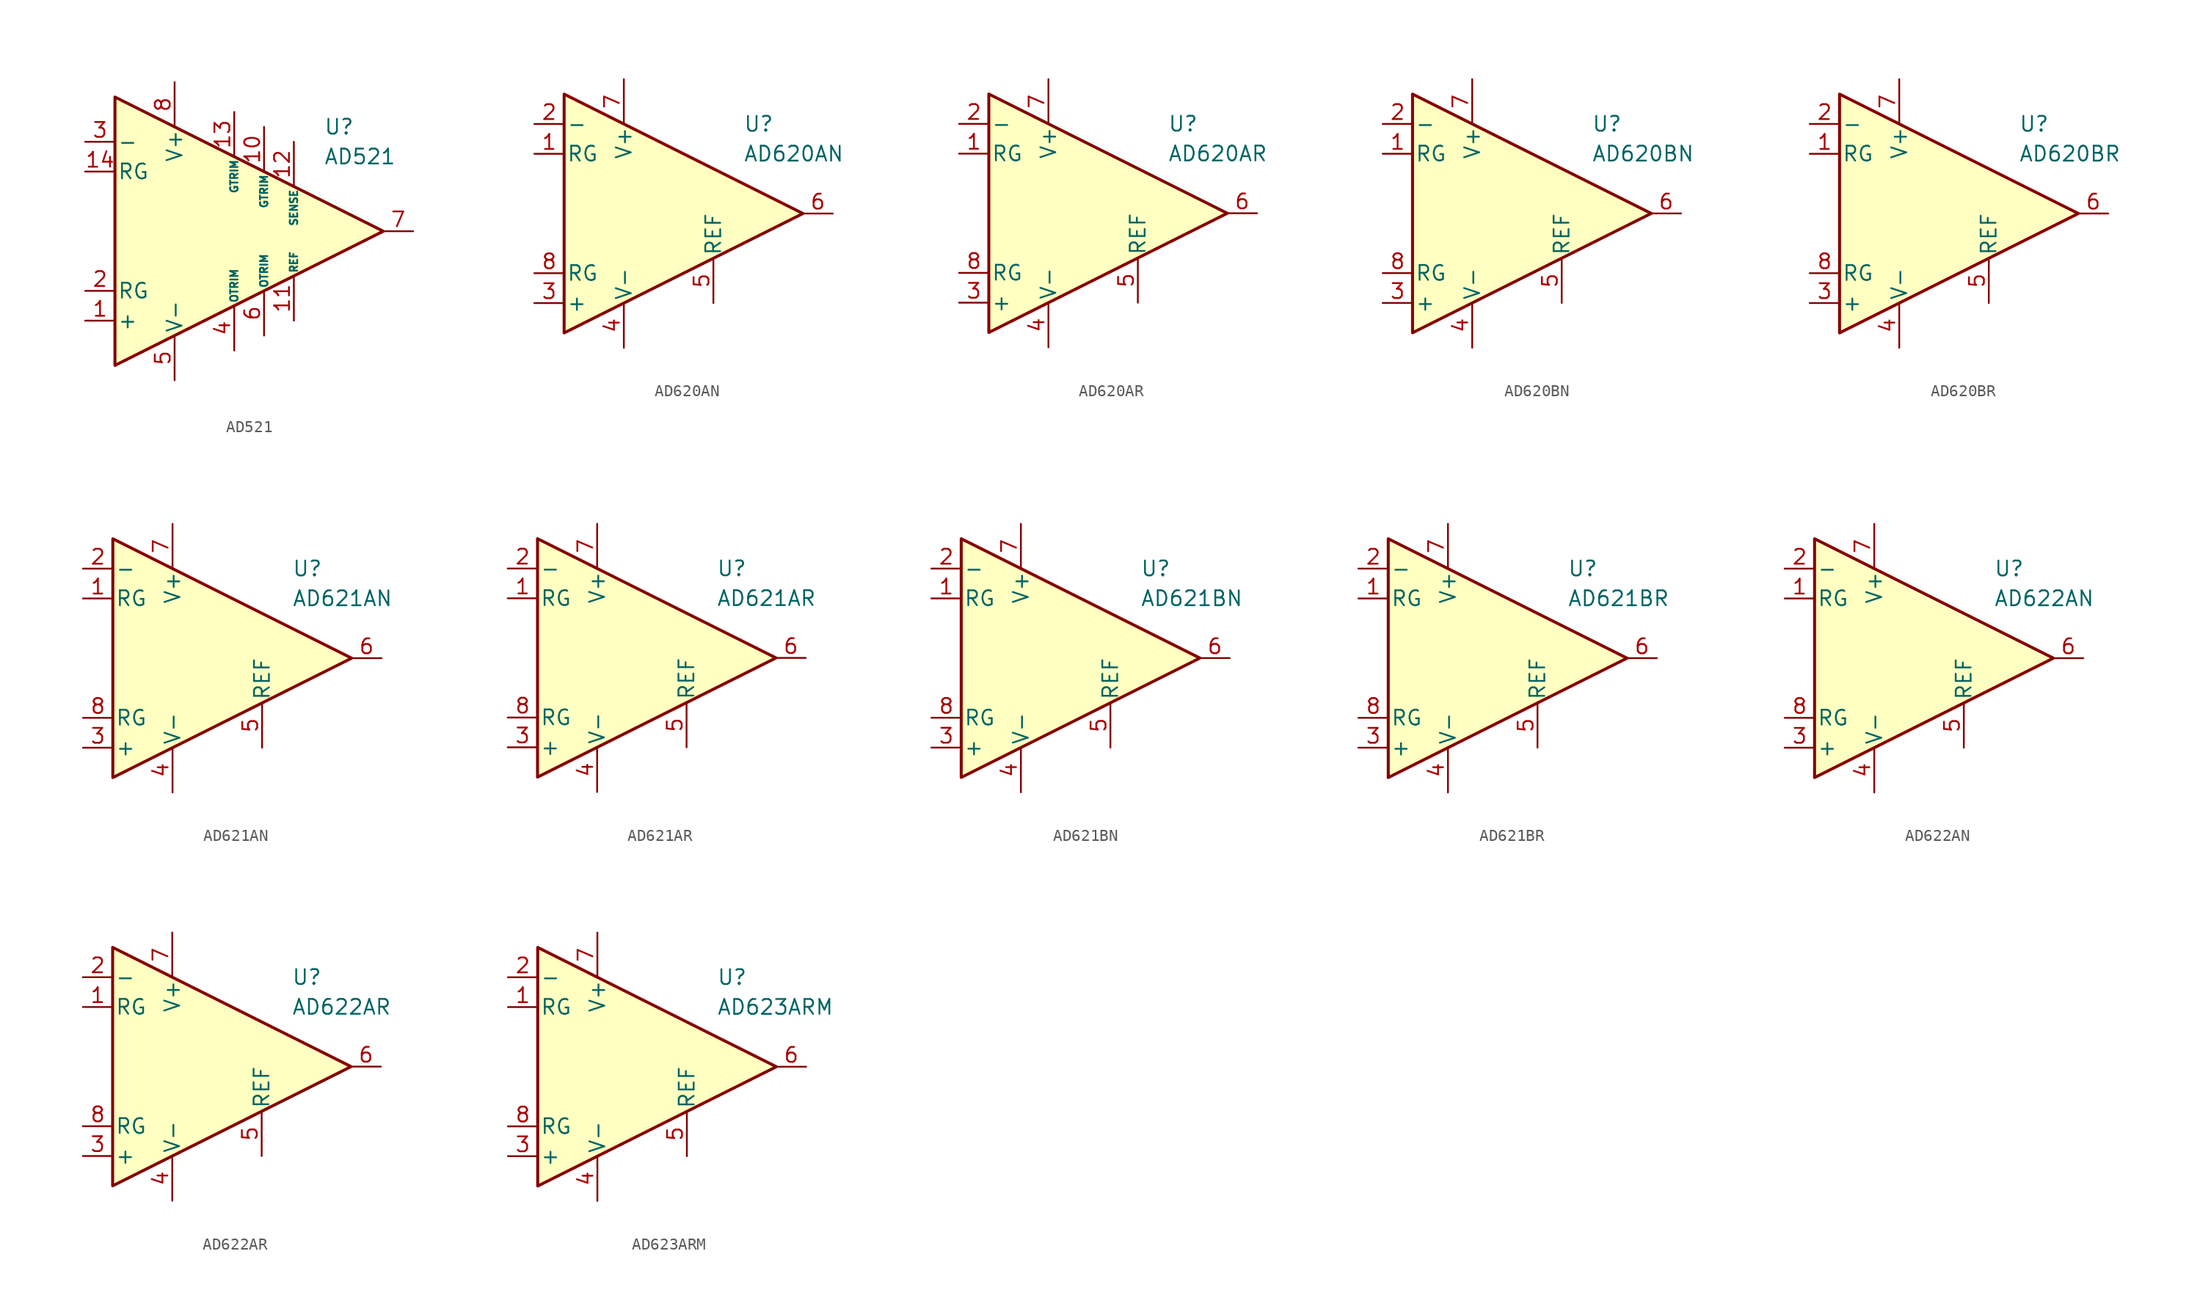
<source format=kicad_sym>
(kicad_symbol_lib
  (version 20211014)
  (generator kicad_symbol_editor)
  (symbol "AD521"
    (pin_names
      (offset 0.2))
    (property "Reference" "U"
      (at 8.89 8.89 0)
      (effects (font (size 1.27 1.27)) (justify left)))
    (property "Value" "AD521"
      (at 8.89 6.35 0)
      (effects (font (size 1.27 1.27)) (justify left)))
    (symbol "AD521_0_1"
      (polyline (pts (xy -8.89 11.43) (xy -8.89 -11.43) (xy 13.97 0) (xy -8.89 11.43)) (stroke (width 0.254) (type default) (color 0 0 0 0)) (fill (type background))))
    (symbol "AD521_1_1"
      (pin input line (at -11.43 -7.62 0) (length 2.54) (name "+" (effects (font (size 1.27 1.27)))) (number "1" (effects (font (size 1.27 1.27)))))
      (pin passive line (at 3.81 8.89 270) (length 3.81) (name "GTRIM" (effects (font (size 0.635 0.635)))) (number "10" (effects (font (size 1.27 1.27)))))
      (pin input line (at 6.35 -7.62 90) (length 3.81) (name "REF" (effects (font (size 0.635 0.635)))) (number "11" (effects (font (size 1.27 1.27)))))
      (pin input line (at 6.35 7.62 270) (length 3.81) (name "SENSE" (effects (font (size 0.635 0.635)))) (number "12" (effects (font (size 1.27 1.27)))))
      (pin passive line (at 1.27 10.16 270) (length 3.81) (name "GTRIM" (effects (font (size 0.635 0.635)))) (number "13" (effects (font (size 1.27 1.27)))))
      (pin passive line (at -11.43 5.08 0) (length 2.54) (name "RG" (effects (font (size 1.27 1.27)))) (number "14" (effects (font (size 1.27 1.27)))))
      (pin passive line (at -11.43 -5.08 0) (length 2.54) (name "RG" (effects (font (size 1.27 1.27)))) (number "2" (effects (font (size 1.27 1.27)))))
      (pin input line (at -11.43 7.62 0) (length 2.54) (name "-" (effects (font (size 1.27 1.27)))) (number "3" (effects (font (size 1.27 1.27)))))
      (pin passive line (at 1.27 -10.16 90) (length 3.81) (name "OTRIM" (effects (font (size 0.635 0.635)))) (number "4" (effects (font (size 1.27 1.27)))))
      (pin power_in line (at -3.81 -12.7 90) (length 3.81) (name "V-" (effects (font (size 1.27 1.27)))) (number "5" (effects (font (size 1.27 1.27)))))
      (pin passive line (at 3.81 -8.89 90) (length 3.81) (name "OTRIM" (effects (font (size 0.635 0.635)))) (number "6" (effects (font (size 1.27 1.27)))))
      (pin output line (at 16.51 0 180) (length 2.54) (name "~" (effects (font (size 1.27 1.27)))) (number "7" (effects (font (size 1.27 1.27)))))
      (pin power_in line (at -3.81 12.7 270) (length 3.81) (name "V+" (effects (font (size 1.27 1.27)))) (number "8" (effects (font (size 1.27 1.27)))))))
  (symbol "AD620AN"
    (pin_names
      (offset 0.2))
    (property "Reference" "U"
      (at 6.35 7.62 0)
      (effects (font (size 1.27 1.27)) (justify left)))
    (property "Value" "AD620AN"
      (at 6.35 5.08 0)
      (effects (font (size 1.27 1.27)) (justify left)))
    (symbol "AD620AN_0_1"
      (polyline (pts (xy -8.89 10.16) (xy -8.89 -10.16) (xy 11.43 0) (xy -8.89 10.16)) (stroke (width 0.254) (type default) (color 0 0 0 0)) (fill (type background))))
    (symbol "AD620AN_1_1"
      (pin passive line (at -11.43 5.08 0) (length 2.54) (name "RG" (effects (font (size 1.27 1.27)))) (number "1" (effects (font (size 1.27 1.27)))))
      (pin input line (at -11.43 7.62 0) (length 2.54) (name "-" (effects (font (size 1.27 1.27)))) (number "2" (effects (font (size 1.27 1.27)))))
      (pin input line (at -11.43 -7.62 0) (length 2.54) (name "+" (effects (font (size 1.27 1.27)))) (number "3" (effects (font (size 1.27 1.27)))))
      (pin power_in line (at -3.81 -11.43 90) (length 3.81) (name "V-" (effects (font (size 1.27 1.27)))) (number "4" (effects (font (size 1.27 1.27)))))
      (pin input line (at 3.81 -7.62 90) (length 3.81) (name "REF" (effects (font (size 1.27 1.27)))) (number "5" (effects (font (size 1.27 1.27)))))
      (pin output line (at 13.97 0 180) (length 2.54) (name "~" (effects (font (size 1.27 1.27)))) (number "6" (effects (font (size 1.27 1.27)))))
      (pin power_in line (at -3.81 11.43 270) (length 3.81) (name "V+" (effects (font (size 1.27 1.27)))) (number "7" (effects (font (size 1.27 1.27)))))
      (pin passive line (at -11.43 -5.08 0) (length 2.54) (name "RG" (effects (font (size 1.27 1.27)))) (number "8" (effects (font (size 1.27 1.27)))))))
  (symbol "AD620AR"
    (pin_names
      (offset 0.2))
    (property "Reference" "U"
      (at 6.35 7.62 0)
      (effects (font (size 1.27 1.27)) (justify left)))
    (property "Value" "AD620AR"
      (at 6.35 5.08 0)
      (effects (font (size 1.27 1.27)) (justify left)))
    (symbol "AD620AR_0_1"
      (polyline (pts (xy -8.89 10.16) (xy -8.89 -10.16) (xy 11.43 0) (xy -8.89 10.16)) (stroke (width 0.254) (type default) (color 0 0 0 0)) (fill (type background))))
    (symbol "AD620AR_1_1"
      (pin passive line (at -11.43 5.08 0) (length 2.54) (name "RG" (effects (font (size 1.27 1.27)))) (number "1" (effects (font (size 1.27 1.27)))))
      (pin input line (at -11.43 7.62 0) (length 2.54) (name "-" (effects (font (size 1.27 1.27)))) (number "2" (effects (font (size 1.27 1.27)))))
      (pin input line (at -11.43 -7.62 0) (length 2.54) (name "+" (effects (font (size 1.27 1.27)))) (number "3" (effects (font (size 1.27 1.27)))))
      (pin power_in line (at -3.81 -11.43 90) (length 3.81) (name "V-" (effects (font (size 1.27 1.27)))) (number "4" (effects (font (size 1.27 1.27)))))
      (pin input line (at 3.81 -7.62 90) (length 3.81) (name "REF" (effects (font (size 1.27 1.27)))) (number "5" (effects (font (size 1.27 1.27)))))
      (pin output line (at 13.97 0 180) (length 2.54) (name "~" (effects (font (size 1.27 1.27)))) (number "6" (effects (font (size 1.27 1.27)))))
      (pin power_in line (at -3.81 11.43 270) (length 3.81) (name "V+" (effects (font (size 1.27 1.27)))) (number "7" (effects (font (size 1.27 1.27)))))
      (pin passive line (at -11.43 -5.08 0) (length 2.54) (name "RG" (effects (font (size 1.27 1.27)))) (number "8" (effects (font (size 1.27 1.27)))))))
  (symbol "AD620BN"
    (pin_names
      (offset 0.2))
    (property "Reference" "U"
      (at 6.35 7.62 0)
      (effects (font (size 1.27 1.27)) (justify left)))
    (property "Value" "AD620BN"
      (at 6.35 5.08 0)
      (effects (font (size 1.27 1.27)) (justify left)))
    (symbol "AD620BN_0_1"
      (polyline (pts (xy -8.89 10.16) (xy -8.89 -10.16) (xy 11.43 0) (xy -8.89 10.16)) (stroke (width 0.254) (type default) (color 0 0 0 0)) (fill (type background))))
    (symbol "AD620BN_1_1"
      (pin passive line (at -11.43 5.08 0) (length 2.54) (name "RG" (effects (font (size 1.27 1.27)))) (number "1" (effects (font (size 1.27 1.27)))))
      (pin input line (at -11.43 7.62 0) (length 2.54) (name "-" (effects (font (size 1.27 1.27)))) (number "2" (effects (font (size 1.27 1.27)))))
      (pin input line (at -11.43 -7.62 0) (length 2.54) (name "+" (effects (font (size 1.27 1.27)))) (number "3" (effects (font (size 1.27 1.27)))))
      (pin power_in line (at -3.81 -11.43 90) (length 3.81) (name "V-" (effects (font (size 1.27 1.27)))) (number "4" (effects (font (size 1.27 1.27)))))
      (pin input line (at 3.81 -7.62 90) (length 3.81) (name "REF" (effects (font (size 1.27 1.27)))) (number "5" (effects (font (size 1.27 1.27)))))
      (pin output line (at 13.97 0 180) (length 2.54) (name "~" (effects (font (size 1.27 1.27)))) (number "6" (effects (font (size 1.27 1.27)))))
      (pin power_in line (at -3.81 11.43 270) (length 3.81) (name "V+" (effects (font (size 1.27 1.27)))) (number "7" (effects (font (size 1.27 1.27)))))
      (pin passive line (at -11.43 -5.08 0) (length 2.54) (name "RG" (effects (font (size 1.27 1.27)))) (number "8" (effects (font (size 1.27 1.27)))))))
  (symbol "AD620BR"
    (pin_names
      (offset 0.2))
    (property "Reference" "U"
      (at 6.35 7.62 0)
      (effects (font (size 1.27 1.27)) (justify left)))
    (property "Value" "AD620BR"
      (at 6.35 5.08 0)
      (effects (font (size 1.27 1.27)) (justify left)))
    (symbol "AD620BR_0_1"
      (polyline (pts (xy -8.89 10.16) (xy -8.89 -10.16) (xy 11.43 0) (xy -8.89 10.16)) (stroke (width 0.254) (type default) (color 0 0 0 0)) (fill (type background))))
    (symbol "AD620BR_1_1"
      (pin passive line (at -11.43 5.08 0) (length 2.54) (name "RG" (effects (font (size 1.27 1.27)))) (number "1" (effects (font (size 1.27 1.27)))))
      (pin input line (at -11.43 7.62 0) (length 2.54) (name "-" (effects (font (size 1.27 1.27)))) (number "2" (effects (font (size 1.27 1.27)))))
      (pin input line (at -11.43 -7.62 0) (length 2.54) (name "+" (effects (font (size 1.27 1.27)))) (number "3" (effects (font (size 1.27 1.27)))))
      (pin power_in line (at -3.81 -11.43 90) (length 3.81) (name "V-" (effects (font (size 1.27 1.27)))) (number "4" (effects (font (size 1.27 1.27)))))
      (pin input line (at 3.81 -7.62 90) (length 3.81) (name "REF" (effects (font (size 1.27 1.27)))) (number "5" (effects (font (size 1.27 1.27)))))
      (pin output line (at 13.97 0 180) (length 2.54) (name "~" (effects (font (size 1.27 1.27)))) (number "6" (effects (font (size 1.27 1.27)))))
      (pin power_in line (at -3.81 11.43 270) (length 3.81) (name "V+" (effects (font (size 1.27 1.27)))) (number "7" (effects (font (size 1.27 1.27)))))
      (pin passive line (at -11.43 -5.08 0) (length 2.54) (name "RG" (effects (font (size 1.27 1.27)))) (number "8" (effects (font (size 1.27 1.27)))))))
  (symbol "AD621AN"
    (pin_names
      (offset 0.2))
    (property "Reference" "U"
      (at 6.35 7.62 0)
      (effects (font (size 1.27 1.27)) (justify left)))
    (property "Value" "AD621AN"
      (at 6.35 5.08 0)
      (effects (font (size 1.27 1.27)) (justify left)))
    (symbol "AD621AN_0_1"
      (polyline (pts (xy -8.89 10.16) (xy -8.89 -10.16) (xy 11.43 0) (xy -8.89 10.16)) (stroke (width 0.254) (type default) (color 0 0 0 0)) (fill (type background))))
    (symbol "AD621AN_1_1"
      (pin passive line (at -11.43 5.08 0) (length 2.54) (name "RG" (effects (font (size 1.27 1.27)))) (number "1" (effects (font (size 1.27 1.27)))))
      (pin input line (at -11.43 7.62 0) (length 2.54) (name "-" (effects (font (size 1.27 1.27)))) (number "2" (effects (font (size 1.27 1.27)))))
      (pin input line (at -11.43 -7.62 0) (length 2.54) (name "+" (effects (font (size 1.27 1.27)))) (number "3" (effects (font (size 1.27 1.27)))))
      (pin power_in line (at -3.81 -11.43 90) (length 3.81) (name "V-" (effects (font (size 1.27 1.27)))) (number "4" (effects (font (size 1.27 1.27)))))
      (pin input line (at 3.81 -7.62 90) (length 3.81) (name "REF" (effects (font (size 1.27 1.27)))) (number "5" (effects (font (size 1.27 1.27)))))
      (pin output line (at 13.97 0 180) (length 2.54) (name "~" (effects (font (size 1.27 1.27)))) (number "6" (effects (font (size 1.27 1.27)))))
      (pin power_in line (at -3.81 11.43 270) (length 3.81) (name "V+" (effects (font (size 1.27 1.27)))) (number "7" (effects (font (size 1.27 1.27)))))
      (pin passive line (at -11.43 -5.08 0) (length 2.54) (name "RG" (effects (font (size 1.27 1.27)))) (number "8" (effects (font (size 1.27 1.27)))))))
  (symbol "AD621AR"
    (pin_names
      (offset 0.2))
    (property "Reference" "U"
      (at 6.35 7.62 0)
      (effects (font (size 1.27 1.27)) (justify left)))
    (property "Value" "AD621AR"
      (at 6.35 5.08 0)
      (effects (font (size 1.27 1.27)) (justify left)))
    (symbol "AD621AR_0_1"
      (polyline (pts (xy -8.89 10.16) (xy -8.89 -10.16) (xy 11.43 0) (xy -8.89 10.16)) (stroke (width 0.254) (type default) (color 0 0 0 0)) (fill (type background))))
    (symbol "AD621AR_1_1"
      (pin passive line (at -11.43 5.08 0) (length 2.54) (name "RG" (effects (font (size 1.27 1.27)))) (number "1" (effects (font (size 1.27 1.27)))))
      (pin input line (at -11.43 7.62 0) (length 2.54) (name "-" (effects (font (size 1.27 1.27)))) (number "2" (effects (font (size 1.27 1.27)))))
      (pin input line (at -11.43 -7.62 0) (length 2.54) (name "+" (effects (font (size 1.27 1.27)))) (number "3" (effects (font (size 1.27 1.27)))))
      (pin power_in line (at -3.81 -11.43 90) (length 3.81) (name "V-" (effects (font (size 1.27 1.27)))) (number "4" (effects (font (size 1.27 1.27)))))
      (pin input line (at 3.81 -7.62 90) (length 3.81) (name "REF" (effects (font (size 1.27 1.27)))) (number "5" (effects (font (size 1.27 1.27)))))
      (pin output line (at 13.97 0 180) (length 2.54) (name "~" (effects (font (size 1.27 1.27)))) (number "6" (effects (font (size 1.27 1.27)))))
      (pin power_in line (at -3.81 11.43 270) (length 3.81) (name "V+" (effects (font (size 1.27 1.27)))) (number "7" (effects (font (size 1.27 1.27)))))
      (pin passive line (at -11.43 -5.08 0) (length 2.54) (name "RG" (effects (font (size 1.27 1.27)))) (number "8" (effects (font (size 1.27 1.27)))))))
  (symbol "AD621BN"
    (pin_names
      (offset 0.2))
    (property "Reference" "U"
      (at 6.35 7.62 0)
      (effects (font (size 1.27 1.27)) (justify left)))
    (property "Value" "AD621BN"
      (at 6.35 5.08 0)
      (effects (font (size 1.27 1.27)) (justify left)))
    (symbol "AD621BN_0_1"
      (polyline (pts (xy -8.89 10.16) (xy -8.89 -10.16) (xy 11.43 0) (xy -8.89 10.16)) (stroke (width 0.254) (type default) (color 0 0 0 0)) (fill (type background))))
    (symbol "AD621BN_1_1"
      (pin passive line (at -11.43 5.08 0) (length 2.54) (name "RG" (effects (font (size 1.27 1.27)))) (number "1" (effects (font (size 1.27 1.27)))))
      (pin input line (at -11.43 7.62 0) (length 2.54) (name "-" (effects (font (size 1.27 1.27)))) (number "2" (effects (font (size 1.27 1.27)))))
      (pin input line (at -11.43 -7.62 0) (length 2.54) (name "+" (effects (font (size 1.27 1.27)))) (number "3" (effects (font (size 1.27 1.27)))))
      (pin power_in line (at -3.81 -11.43 90) (length 3.81) (name "V-" (effects (font (size 1.27 1.27)))) (number "4" (effects (font (size 1.27 1.27)))))
      (pin input line (at 3.81 -7.62 90) (length 3.81) (name "REF" (effects (font (size 1.27 1.27)))) (number "5" (effects (font (size 1.27 1.27)))))
      (pin output line (at 13.97 0 180) (length 2.54) (name "~" (effects (font (size 1.27 1.27)))) (number "6" (effects (font (size 1.27 1.27)))))
      (pin power_in line (at -3.81 11.43 270) (length 3.81) (name "V+" (effects (font (size 1.27 1.27)))) (number "7" (effects (font (size 1.27 1.27)))))
      (pin passive line (at -11.43 -5.08 0) (length 2.54) (name "RG" (effects (font (size 1.27 1.27)))) (number "8" (effects (font (size 1.27 1.27)))))))
  (symbol "AD621BR"
    (pin_names
      (offset 0.2))
    (property "Reference" "U"
      (at 6.35 7.62 0)
      (effects (font (size 1.27 1.27)) (justify left)))
    (property "Value" "AD621BR"
      (at 6.35 5.08 0)
      (effects (font (size 1.27 1.27)) (justify left)))
    (symbol "AD621BR_0_1"
      (polyline (pts (xy -8.89 10.16) (xy -8.89 -10.16) (xy 11.43 0) (xy -8.89 10.16)) (stroke (width 0.254) (type default) (color 0 0 0 0)) (fill (type background))))
    (symbol "AD621BR_1_1"
      (pin passive line (at -11.43 5.08 0) (length 2.54) (name "RG" (effects (font (size 1.27 1.27)))) (number "1" (effects (font (size 1.27 1.27)))))
      (pin input line (at -11.43 7.62 0) (length 2.54) (name "-" (effects (font (size 1.27 1.27)))) (number "2" (effects (font (size 1.27 1.27)))))
      (pin input line (at -11.43 -7.62 0) (length 2.54) (name "+" (effects (font (size 1.27 1.27)))) (number "3" (effects (font (size 1.27 1.27)))))
      (pin power_in line (at -3.81 -11.43 90) (length 3.81) (name "V-" (effects (font (size 1.27 1.27)))) (number "4" (effects (font (size 1.27 1.27)))))
      (pin input line (at 3.81 -7.62 90) (length 3.81) (name "REF" (effects (font (size 1.27 1.27)))) (number "5" (effects (font (size 1.27 1.27)))))
      (pin output line (at 13.97 0 180) (length 2.54) (name "~" (effects (font (size 1.27 1.27)))) (number "6" (effects (font (size 1.27 1.27)))))
      (pin power_in line (at -3.81 11.43 270) (length 3.81) (name "V+" (effects (font (size 1.27 1.27)))) (number "7" (effects (font (size 1.27 1.27)))))
      (pin passive line (at -11.43 -5.08 0) (length 2.54) (name "RG" (effects (font (size 1.27 1.27)))) (number "8" (effects (font (size 1.27 1.27)))))))
  (symbol "AD622AN"
    (pin_names
      (offset 0.2))
    (property "Reference" "U"
      (at 6.35 7.62 0)
      (effects (font (size 1.27 1.27)) (justify left)))
    (property "Value" "AD622AN"
      (at 6.35 5.08 0)
      (effects (font (size 1.27 1.27)) (justify left)))
    (symbol "AD622AN_0_1"
      (polyline (pts (xy -8.89 10.16) (xy -8.89 -10.16) (xy 11.43 0) (xy -8.89 10.16)) (stroke (width 0.254) (type default) (color 0 0 0 0)) (fill (type background))))
    (symbol "AD622AN_1_1"
      (pin passive line (at -11.43 5.08 0) (length 2.54) (name "RG" (effects (font (size 1.27 1.27)))) (number "1" (effects (font (size 1.27 1.27)))))
      (pin input line (at -11.43 7.62 0) (length 2.54) (name "-" (effects (font (size 1.27 1.27)))) (number "2" (effects (font (size 1.27 1.27)))))
      (pin input line (at -11.43 -7.62 0) (length 2.54) (name "+" (effects (font (size 1.27 1.27)))) (number "3" (effects (font (size 1.27 1.27)))))
      (pin power_in line (at -3.81 -11.43 90) (length 3.81) (name "V-" (effects (font (size 1.27 1.27)))) (number "4" (effects (font (size 1.27 1.27)))))
      (pin input line (at 3.81 -7.62 90) (length 3.81) (name "REF" (effects (font (size 1.27 1.27)))) (number "5" (effects (font (size 1.27 1.27)))))
      (pin output line (at 13.97 0 180) (length 2.54) (name "~" (effects (font (size 1.27 1.27)))) (number "6" (effects (font (size 1.27 1.27)))))
      (pin power_in line (at -3.81 11.43 270) (length 3.81) (name "V+" (effects (font (size 1.27 1.27)))) (number "7" (effects (font (size 1.27 1.27)))))
      (pin passive line (at -11.43 -5.08 0) (length 2.54) (name "RG" (effects (font (size 1.27 1.27)))) (number "8" (effects (font (size 1.27 1.27)))))))
  (symbol "AD622AR"
    (pin_names
      (offset 0.2))
    (property "Reference" "U"
      (at 6.35 7.62 0)
      (effects (font (size 1.27 1.27)) (justify left)))
    (property "Value" "AD622AR"
      (at 6.35 5.08 0)
      (effects (font (size 1.27 1.27)) (justify left)))
    (symbol "AD622AR_0_1"
      (polyline (pts (xy -8.89 10.16) (xy -8.89 -10.16) (xy 11.43 0) (xy -8.89 10.16)) (stroke (width 0.254) (type default) (color 0 0 0 0)) (fill (type background))))
    (symbol "AD622AR_1_1"
      (pin passive line (at -11.43 5.08 0) (length 2.54) (name "RG" (effects (font (size 1.27 1.27)))) (number "1" (effects (font (size 1.27 1.27)))))
      (pin input line (at -11.43 7.62 0) (length 2.54) (name "-" (effects (font (size 1.27 1.27)))) (number "2" (effects (font (size 1.27 1.27)))))
      (pin input line (at -11.43 -7.62 0) (length 2.54) (name "+" (effects (font (size 1.27 1.27)))) (number "3" (effects (font (size 1.27 1.27)))))
      (pin power_in line (at -3.81 -11.43 90) (length 3.81) (name "V-" (effects (font (size 1.27 1.27)))) (number "4" (effects (font (size 1.27 1.27)))))
      (pin input line (at 3.81 -7.62 90) (length 3.81) (name "REF" (effects (font (size 1.27 1.27)))) (number "5" (effects (font (size 1.27 1.27)))))
      (pin output line (at 13.97 0 180) (length 2.54) (name "~" (effects (font (size 1.27 1.27)))) (number "6" (effects (font (size 1.27 1.27)))))
      (pin power_in line (at -3.81 11.43 270) (length 3.81) (name "V+" (effects (font (size 1.27 1.27)))) (number "7" (effects (font (size 1.27 1.27)))))
      (pin passive line (at -11.43 -5.08 0) (length 2.54) (name "RG" (effects (font (size 1.27 1.27)))) (number "8" (effects (font (size 1.27 1.27)))))))
  (symbol "AD623ARM"
    (pin_names
      (offset 0.2))
    (property "Reference" "U"
      (at 6.35 7.62 0)
      (effects (font (size 1.27 1.27)) (justify left)))
    (property "Value" "AD623ARM"
      (at 6.35 5.08 0)
      (effects (font (size 1.27 1.27)) (justify left)))
    (symbol "AD623ARM_0_1"
      (polyline (pts (xy -8.89 10.16) (xy -8.89 -10.16) (xy 11.43 0) (xy -8.89 10.16)) (stroke (width 0.254) (type default) (color 0 0 0 0)) (fill (type background))))
    (symbol "AD623ARM_1_1"
      (pin passive line (at -11.43 5.08 0) (length 2.54) (name "RG" (effects (font (size 1.27 1.27)))) (number "1" (effects (font (size 1.27 1.27)))))
      (pin input line (at -11.43 7.62 0) (length 2.54) (name "-" (effects (font (size 1.27 1.27)))) (number "2" (effects (font (size 1.27 1.27)))))
      (pin input line (at -11.43 -7.62 0) (length 2.54) (name "+" (effects (font (size 1.27 1.27)))) (number "3" (effects (font (size 1.27 1.27)))))
      (pin power_in line (at -3.81 -11.43 90) (length 3.81) (name "V-" (effects (font (size 1.27 1.27)))) (number "4" (effects (font (size 1.27 1.27)))))
      (pin input line (at 3.81 -7.62 90) (length 3.81) (name "REF" (effects (font (size 1.27 1.27)))) (number "5" (effects (font (size 1.27 1.27)))))
      (pin output line (at 13.97 0 180) (length 2.54) (name "~" (effects (font (size 1.27 1.27)))) (number "6" (effects (font (size 1.27 1.27)))))
      (pin power_in line (at -3.81 11.43 270) (length 3.81) (name "V+" (effects (font (size 1.27 1.27)))) (number "7" (effects (font (size 1.27 1.27)))))
      (pin passive line (at -11.43 -5.08 0) (length 2.54) (name "RG" (effects (font (size 1.27 1.27)))) (number "8" (effects (font (size 1.27 1.27))))))))
</source>
